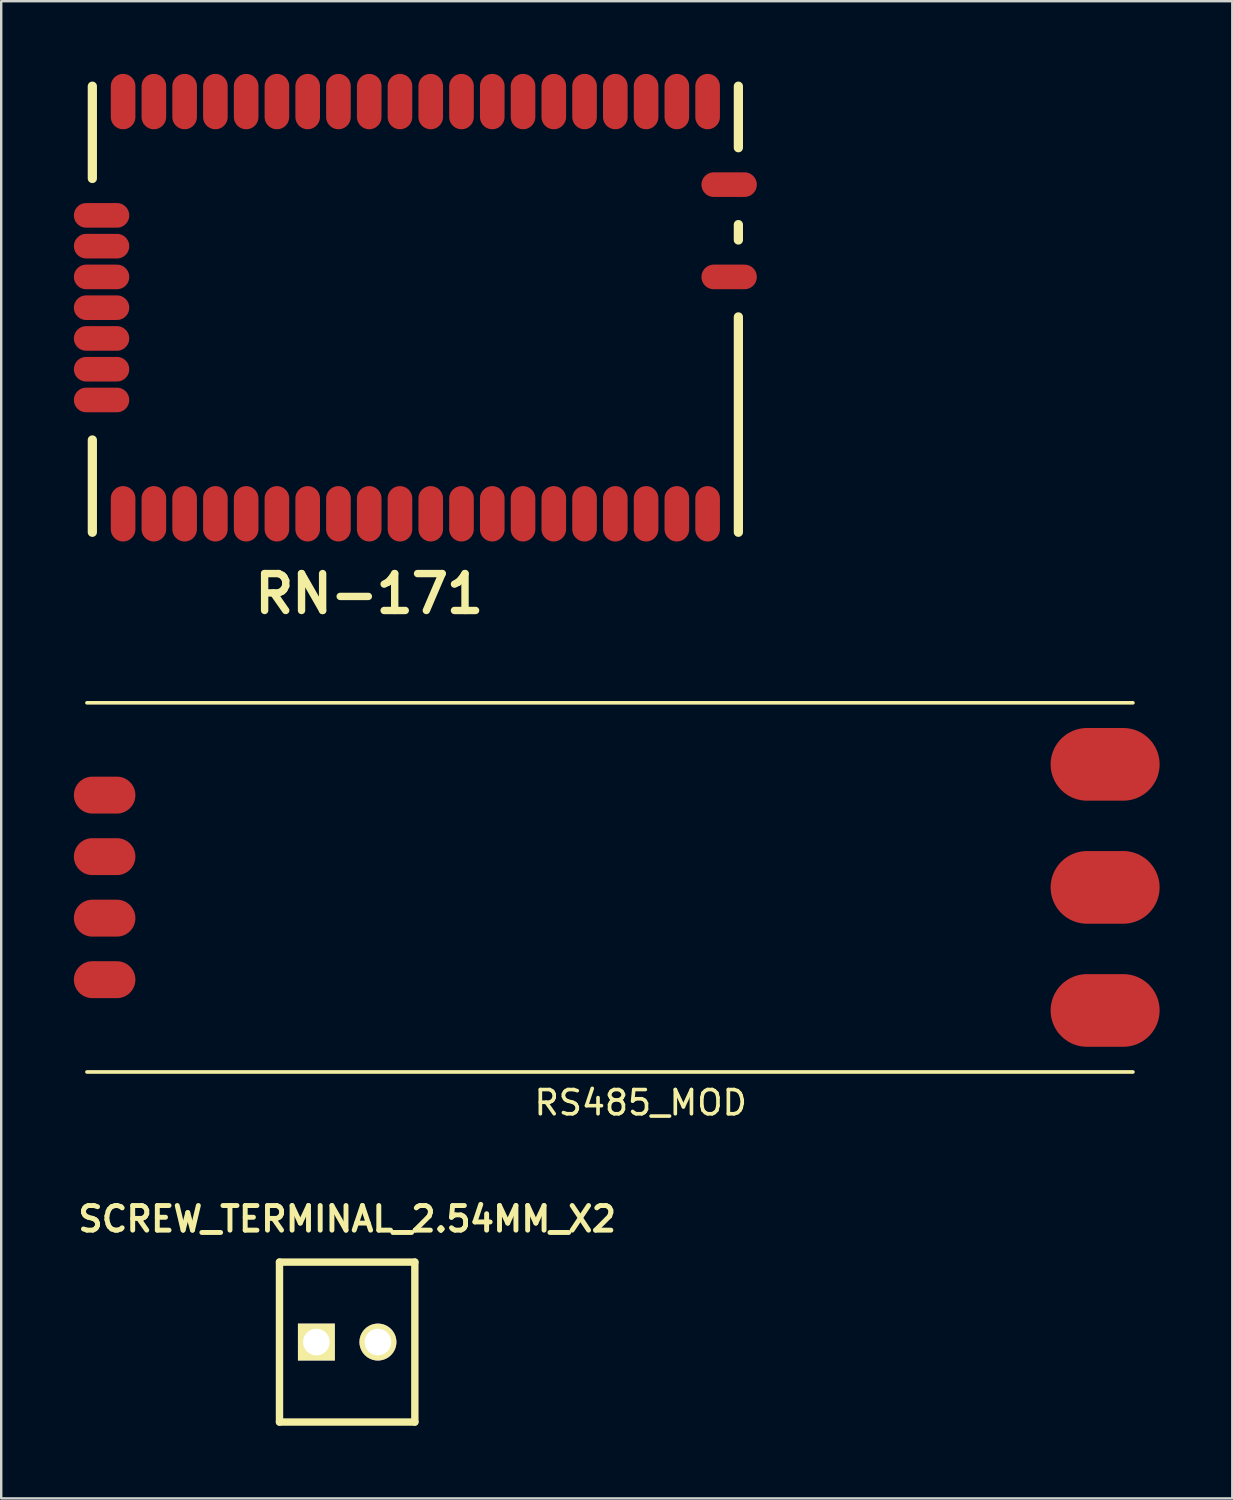
<source format=kicad_pcb>
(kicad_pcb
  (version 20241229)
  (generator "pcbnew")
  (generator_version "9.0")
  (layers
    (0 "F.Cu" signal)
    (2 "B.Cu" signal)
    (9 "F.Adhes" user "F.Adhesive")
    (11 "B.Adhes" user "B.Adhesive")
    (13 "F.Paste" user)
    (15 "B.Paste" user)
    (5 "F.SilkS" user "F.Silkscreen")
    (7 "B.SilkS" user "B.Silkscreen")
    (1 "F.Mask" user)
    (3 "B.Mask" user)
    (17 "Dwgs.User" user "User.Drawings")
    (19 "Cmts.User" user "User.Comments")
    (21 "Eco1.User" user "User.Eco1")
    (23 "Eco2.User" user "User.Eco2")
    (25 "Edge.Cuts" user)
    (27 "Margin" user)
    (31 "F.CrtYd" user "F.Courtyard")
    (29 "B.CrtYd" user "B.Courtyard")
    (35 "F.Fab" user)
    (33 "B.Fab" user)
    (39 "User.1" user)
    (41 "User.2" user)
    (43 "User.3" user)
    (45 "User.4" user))
  (footprint "RN-171"
    (layer "F.Cu")
    (at 26.162 1.143)
    (property "Reference" "RN-171" (at -13.97 20.32 0) (layer "F.SilkS") (effects (font (size 1.524 1.524) (thickness 0.305))))
    (attr through_hole)
    (fp_line (start -25.4 -0.635) (end -25.4 3.175) (stroke (width 0.381) (type solid)) (layer "F.SilkS"))
    (fp_line (start -25.4 17.78) (end -25.4 13.97) (stroke (width 0.381) (type solid)) (layer "F.SilkS"))
    (fp_line (start 1.27 -0.635) (end 1.27 1.905) (stroke (width 0.381) (type solid)) (layer "F.SilkS"))
    (fp_line (start 1.27 5.08) (end 1.27 5.715) (stroke (width 0.381) (type solid)) (layer "F.SilkS"))
    (fp_line (start 1.27 17.78) (end 1.27 8.89) (stroke (width 0.381) (type solid)) (layer "F.SilkS"))
    (pad "1" smd oval (at 0 0) (size 1.016 2.286) (layers "F.Cu" "F.Mask" "F.Paste"))
    (pad "2" smd oval (at -1.27 0) (size 1.016 2.286) (layers "F.Cu" "F.Mask" "F.Paste"))
    (pad "3" smd oval (at -2.54 0) (size 1.016 2.286) (layers "F.Cu" "F.Mask" "F.Paste"))
    (pad "4" smd oval (at -3.81 0) (size 1.016 2.286) (layers "F.Cu" "F.Mask" "F.Paste"))
    (pad "5" smd oval (at -5.08 0) (size 1.016 2.286) (layers "F.Cu" "F.Mask" "F.Paste"))
    (pad "6" smd oval (at -6.35 0) (size 1.016 2.286) (layers "F.Cu" "F.Mask" "F.Paste"))
    (pad "7" smd oval (at -7.62 0) (size 1.016 2.286) (layers "F.Cu" "F.Mask" "F.Paste"))
    (pad "8" smd oval (at -8.89 0) (size 1.016 2.286) (layers "F.Cu" "F.Mask" "F.Paste"))
    (pad "9" smd oval (at -10.16 0) (size 1.016 2.286) (layers "F.Cu" "F.Mask" "F.Paste"))
    (pad "10" smd oval (at -11.43 0) (size 1.016 2.286) (layers "F.Cu" "F.Mask" "F.Paste"))
    (pad "11" smd oval (at -12.7 0) (size 1.016 2.286) (layers "F.Cu" "F.Mask" "F.Paste"))
    (pad "12" smd oval (at -13.97 0) (size 1.016 2.286) (layers "F.Cu" "F.Mask" "F.Paste"))
    (pad "13" smd oval (at -15.24 0) (size 1.016 2.286) (layers "F.Cu" "F.Mask" "F.Paste"))
    (pad "14" smd oval (at -16.51 0) (size 1.016 2.286) (layers "F.Cu" "F.Mask" "F.Paste"))
    (pad "15" smd oval (at -17.78 0) (size 1.016 2.286) (layers "F.Cu" "F.Mask" "F.Paste"))
    (pad "16" smd oval (at -19.05 0) (size 1.016 2.286) (layers "F.Cu" "F.Mask" "F.Paste"))
    (pad "17" smd oval (at -20.32 0) (size 1.016 2.286) (layers "F.Cu" "F.Mask" "F.Paste"))
    (pad "18" smd oval (at -21.59 0) (size 1.016 2.286) (layers "F.Cu" "F.Mask" "F.Paste"))
    (pad "19" smd oval (at -22.86 0) (size 1.016 2.286) (layers "F.Cu" "F.Mask" "F.Paste"))
    (pad "20" smd oval (at -24.13 0) (size 1.016 2.286) (layers "F.Cu" "F.Mask" "F.Paste"))
    (pad "21" smd oval (at -25.019 4.699) (size 2.286 1.016) (layers "F.Cu" "F.Mask" "F.Paste"))
    (pad "22" smd oval (at -25.019 5.969) (size 2.286 1.016) (layers "F.Cu" "F.Mask" "F.Paste"))
    (pad "23" smd oval (at -25.019 7.239) (size 2.286 1.016) (layers "F.Cu" "F.Mask" "F.Paste"))
    (pad "24" smd oval (at -25.019 8.509) (size 2.286 1.016) (layers "F.Cu" "F.Mask" "F.Paste"))
    (pad "25" smd oval (at -25.019 9.779) (size 2.286 1.016) (layers "F.Cu" "F.Mask" "F.Paste"))
    (pad "26" smd oval (at -25.019 11.049) (size 2.286 1.016) (layers "F.Cu" "F.Mask" "F.Paste"))
    (pad "27" smd oval (at -25.019 12.319) (size 2.286 1.016) (layers "F.Cu" "F.Mask" "F.Paste"))
    (pad "28" smd oval (at -24.13 17.018) (size 1.016 2.286) (layers "F.Cu" "F.Mask" "F.Paste"))
    (pad "29" smd oval (at -22.86 17.018) (size 1.016 2.286) (layers "F.Cu" "F.Mask" "F.Paste"))
    (pad "30" smd oval (at -21.59 17.018) (size 1.016 2.286) (layers "F.Cu" "F.Mask" "F.Paste"))
    (pad "31" smd oval (at -20.32 17.018) (size 1.016 2.286) (layers "F.Cu" "F.Mask" "F.Paste"))
    (pad "32" smd oval (at -19.05 17.018) (size 1.016 2.286) (layers "F.Cu" "F.Mask" "F.Paste"))
    (pad "33" smd oval (at -17.78 17.018) (size 1.016 2.286) (layers "F.Cu" "F.Mask" "F.Paste"))
    (pad "34" smd oval (at -16.51 17.018) (size 1.016 2.286) (layers "F.Cu" "F.Mask" "F.Paste"))
    (pad "35" smd oval (at -15.24 17.018) (size 1.016 2.286) (layers "F.Cu" "F.Mask" "F.Paste"))
    (pad "36" smd oval (at -13.97 17.018) (size 1.016 2.286) (layers "F.Cu" "F.Mask" "F.Paste"))
    (pad "37" smd oval (at -12.7 17.018) (size 1.016 2.286) (layers "F.Cu" "F.Mask" "F.Paste"))
    (pad "38" smd oval (at -11.43 17.018) (size 1.016 2.286) (layers "F.Cu" "F.Mask" "F.Paste"))
    (pad "39" smd oval (at -10.16 17.018) (size 1.016 2.286) (layers "F.Cu" "F.Mask" "F.Paste"))
    (pad "40" smd oval (at -8.89 17.018) (size 1.016 2.286) (layers "F.Cu" "F.Mask" "F.Paste"))
    (pad "41" smd oval (at -7.62 17.018) (size 1.016 2.286) (layers "F.Cu" "F.Mask" "F.Paste"))
    (pad "42" smd oval (at -6.35 17.018) (size 1.016 2.286) (layers "F.Cu" "F.Mask" "F.Paste"))
    (pad "43" smd oval (at -5.08 17.018) (size 1.016 2.286) (layers "F.Cu" "F.Mask" "F.Paste"))
    (pad "44" smd oval (at -3.81 17.018) (size 1.016 2.286) (layers "F.Cu" "F.Mask" "F.Paste"))
    (pad "45" smd oval (at -2.54 17.018) (size 1.016 2.286) (layers "F.Cu" "F.Mask" "F.Paste"))
    (pad "46" smd oval (at -1.27 17.018) (size 1.016 2.286) (layers "F.Cu" "F.Mask" "F.Paste"))
    (pad "47" smd oval (at 0 17.018) (size 1.016 2.286) (layers "F.Cu" "F.Mask" "F.Paste"))
    (pad "48" smd oval (at 0.889 3.429) (size 2.286 1.016) (layers "F.Cu" "F.Mask" "F.Paste"))
    (pad "49" smd oval (at 0.889 7.239) (size 2.286 1.016) (layers "F.Cu" "F.Mask" "F.Paste")))
  (footprint "RS485_MOD"
    (layer "F.Cu")
    (at 1.81 29.774)
    (property "Reference" "RS485_MOD" (at 21.59 12.7 0) (layer "F.SilkS") (effects (font (size 1 1) (thickness 0.15))))
    (attr through_hole)
    (fp_line (start -1.27 -3.81) (end 41.91 -3.81) (stroke (width 0.15) (type solid)) (layer "F.SilkS"))
    (fp_line (start -1.27 11.43) (end 41.91 11.43) (stroke (width 0.15) (type solid)) (layer "F.SilkS"))
    (pad "1" smd oval (at 0 0) (size 2.54 1.524) (drill (offset -0.54 0)) (layers "F.Cu" "F.Mask" "F.Paste"))
    (pad "2" smd oval (at 0 2.54) (size 2.54 1.524) (drill (offset -0.54 0)) (layers "F.Cu" "F.Mask" "F.Paste"))
    (pad "3" smd oval (at 0 5.08) (size 2.54 1.524) (drill (offset -0.54 0)) (layers "F.Cu" "F.Mask" "F.Paste"))
    (pad "4" smd oval (at 0 7.62) (size 2.54 1.524) (drill (offset -0.54 0)) (layers "F.Cu" "F.Mask" "F.Paste"))
    (pad "5" smd oval (at 40 -1.27) (size 4.5 3) (drill (offset 0.762 0)) (layers "F.Cu" "F.Mask" "F.Paste"))
    (pad "6" smd oval (at 40 3.81) (size 4.5 3) (drill (offset 0.762 0)) (layers "F.Cu" "F.Mask" "F.Paste"))
    (pad "7" smd oval (at 40 8.89) (size 4.5 3) (drill (offset 0.762 0)) (layers "F.Cu" "F.Mask" "F.Paste")))
  (footprint "SCREW_TERMINAL_2.54MM_X2"
    (layer "F.Cu")
    (at 11.282 52.354)
    (property "Reference" "SCREW_TERMINAL_2.54MM_X2" (at 0 -5.08 0) (layer "F.SilkS") (effects (font (size 1.016 1.016) (thickness 0.203))))
    (attr through_hole)
    (fp_line (start -2.794 -3.302) (end -2.794 3.302) (stroke (width 0.305) (type solid)) (layer "F.SilkS"))
    (fp_line (start -2.794 -3.302) (end 2.794 -3.302) (stroke (width 0.305) (type solid)) (layer "F.SilkS"))
    (fp_line (start 2.794 3.302) (end -2.794 3.302) (stroke (width 0.305) (type solid)) (layer "F.SilkS"))
    (fp_line (start 2.794 3.302) (end 2.794 -3.302) (stroke (width 0.305) (type solid)) (layer "F.SilkS"))
    (pad "1" thru_hole rect (at -1.27 0) (size 1.524 1.524) (drill 1.1) (layers "*.Cu" "*.Mask" "F.SilkS"))
    (pad "2" thru_hole circle (at 1.27 0) (size 1.524 1.524) (drill 1.1) (layers "*.Cu" "*.Mask" "F.SilkS")))
  (gr_rect
    (start -3 -3)
    (end 47.822 58.808)
    (stroke (width 0.1) (type default))
    (fill no)
    (layer "Edge.Cuts")))
</source>
